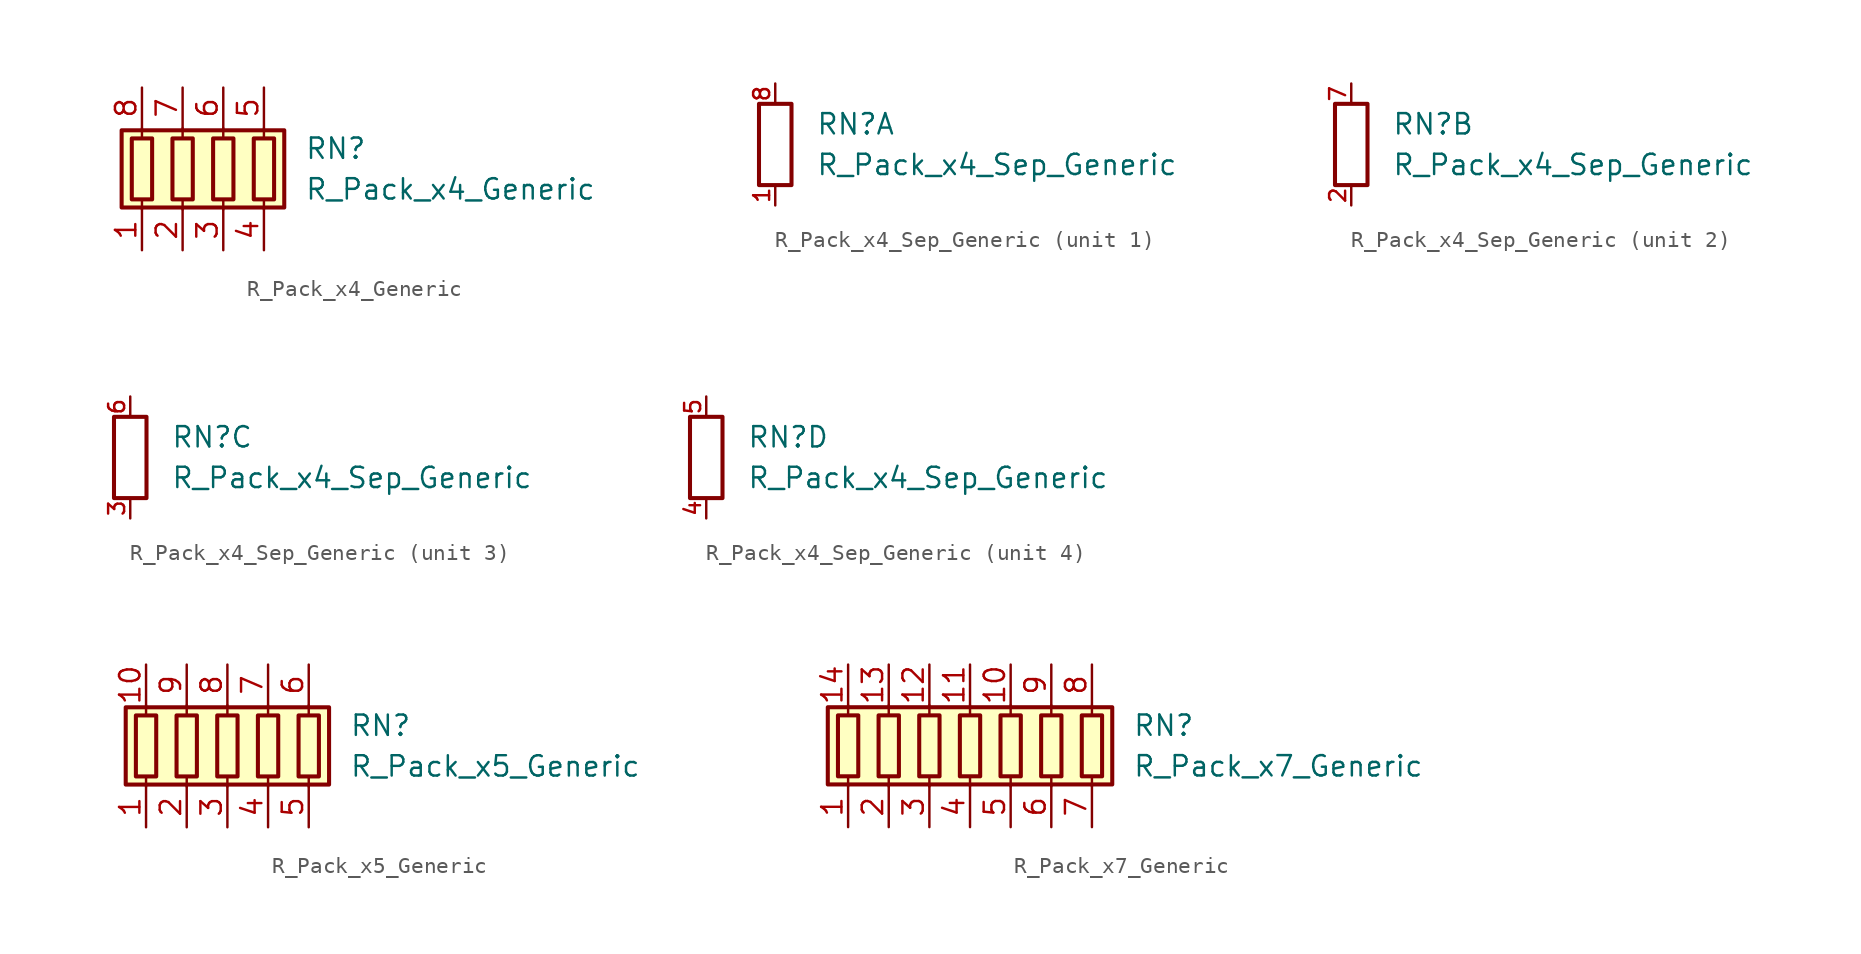
<source format=kicad_sym>
(kicad_symbol_lib
  (version 20211014)
  (generator kicad_symbol_editor)
  (symbol "R_Pack_x4_Generic"
    (pin_names
      (offset 0.002) hide)
    (property "Reference" "RN"
      (at 5.08 1.27 0)
      (effects (font (size 1.27 1.27)) (justify left)))
    (property "Value" "R_Pack_x4_Generic"
      (at 5.08 -1.27 0)
      (effects (font (size 1.27 1.27)) (justify left)))
    (symbol "R_Pack_x4_Generic_0_1"
      (rectangle (start -6.35 -2.413) (end 3.81 2.413) (stroke (width 0.254) (type default) (color 0 0 0 0)) (fill (type background)))
      (rectangle (start -5.715 1.905) (end -4.445 -1.905) (stroke (width 0.254) (type default) (color 0 0 0 0)) (fill (type none)))
      (rectangle (start -3.175 1.905) (end -1.905 -1.905) (stroke (width 0.254) (type default) (color 0 0 0 0)) (fill (type none)))
      (rectangle (start -0.635 1.905) (end 0.635 -1.905) (stroke (width 0.254) (type default) (color 0 0 0 0)) (fill (type none)))
      (polyline (pts (xy -5.08 -2.54) (xy -5.08 -1.905)) (stroke (width 0) (type default) (color 0 0 0 0)) (fill (type none)))
      (polyline (pts (xy -5.08 1.905) (xy -5.08 2.54)) (stroke (width 0) (type default) (color 0 0 0 0)) (fill (type none)))
      (polyline (pts (xy -2.54 -2.54) (xy -2.54 -1.905)) (stroke (width 0) (type default) (color 0 0 0 0)) (fill (type none)))
      (polyline (pts (xy -2.54 1.905) (xy -2.54 2.54)) (stroke (width 0) (type default) (color 0 0 0 0)) (fill (type none)))
      (polyline (pts (xy 0 -2.54) (xy 0 -1.905)) (stroke (width 0) (type default) (color 0 0 0 0)) (fill (type none)))
      (polyline (pts (xy 0 1.905) (xy 0 2.54)) (stroke (width 0) (type default) (color 0 0 0 0)) (fill (type none)))
      (polyline (pts (xy 2.54 -2.54) (xy 2.54 -1.905)) (stroke (width 0) (type default) (color 0 0 0 0)) (fill (type none)))
      (polyline (pts (xy 2.54 1.905) (xy 2.54 2.54)) (stroke (width 0) (type default) (color 0 0 0 0)) (fill (type none)))
      (rectangle (start 1.905 1.905) (end 3.175 -1.905) (stroke (width 0.254) (type default) (color 0 0 0 0)) (fill (type none))))
    (symbol "R_Pack_x4_Generic_1_1"
      (pin passive line (at -5.08 -5.08 90) (length 2.54) (name "R1.1" (effects (font (size 1.27 1.27)))) (number "1" (effects (font (size 1.27 1.27)))))
      (pin passive line (at -2.54 -5.08 90) (length 2.54) (name "R2.1" (effects (font (size 1.27 1.27)))) (number "2" (effects (font (size 1.27 1.27)))))
      (pin passive line (at 0 -5.08 90) (length 2.54) (name "R3.1" (effects (font (size 1.27 1.27)))) (number "3" (effects (font (size 1.27 1.27)))))
      (pin passive line (at 2.54 -5.08 90) (length 2.54) (name "R4.1" (effects (font (size 1.27 1.27)))) (number "4" (effects (font (size 1.27 1.27)))))
      (pin passive line (at 2.54 5.08 270) (length 2.54) (name "R4.2" (effects (font (size 1.27 1.27)))) (number "5" (effects (font (size 1.27 1.27)))))
      (pin passive line (at 0 5.08 270) (length 2.54) (name "R3.2" (effects (font (size 1.27 1.27)))) (number "6" (effects (font (size 1.27 1.27)))))
      (pin passive line (at -2.54 5.08 270) (length 2.54) (name "R2.2" (effects (font (size 1.27 1.27)))) (number "7" (effects (font (size 1.27 1.27)))))
      (pin passive line (at -5.08 5.08 270) (length 2.54) (name "R1.2" (effects (font (size 1.27 1.27)))) (number "8" (effects (font (size 1.27 1.27)))))))
  (symbol "R_Pack_x4_Sep_Generic"
    (pin_names
      (offset 0.002) hide)
    (property "Reference" "RN"
      (at 2.54 1.27 0)
      (effects (font (size 1.27 1.27)) (justify left)))
    (property "Value" "R_Pack_x4_Sep_Generic"
      (at 2.54 -1.27 0)
      (effects (font (size 1.27 1.27)) (justify left)))
    (symbol "R_Pack_x4_Sep_Generic_0_1"
      (rectangle (start 1.016 2.54) (end -1.016 -2.54) (stroke (width 0.254) (type default) (color 0 0 0 0)) (fill (type none))))
    (symbol "R_Pack_x4_Sep_Generic_1_1"
      (pin passive line (at 0 -3.81 90) (length 1.27) (name "R1.1" (effects (font (size 1.27 1.27)))) (number "1" (effects (font (size 1 1)))))
      (pin passive line (at 0 3.81 270) (length 1.27) (name "R1.2" (effects (font (size 1.27 1.27)))) (number "8" (effects (font (size 1 1))))))
    (symbol "R_Pack_x4_Sep_Generic_2_1"
      (pin passive line (at 0 -3.81 90) (length 1.27) (name "R2.1" (effects (font (size 1.27 1.27)))) (number "2" (effects (font (size 1 1)))))
      (pin passive line (at 0 3.81 270) (length 1.27) (name "R2.2" (effects (font (size 1.27 1.27)))) (number "7" (effects (font (size 1 1))))))
    (symbol "R_Pack_x4_Sep_Generic_3_1"
      (pin passive line (at 0 -3.81 90) (length 1.27) (name "R3.1" (effects (font (size 1.27 1.27)))) (number "3" (effects (font (size 1 1)))))
      (pin passive line (at 0 3.81 270) (length 1.27) (name "R3.2" (effects (font (size 1.27 1.27)))) (number "6" (effects (font (size 1 1))))))
    (symbol "R_Pack_x4_Sep_Generic_4_1"
      (pin passive line (at 0 -3.81 90) (length 1.27) (name "R4.1" (effects (font (size 1.27 1.27)))) (number "4" (effects (font (size 1 1)))))
      (pin passive line (at 0 3.81 270) (length 1.27) (name "R4.2" (effects (font (size 1.27 1.27)))) (number "5" (effects (font (size 1 1)))))))
  (symbol "R_Pack_x5_Generic"
    (pin_names
      (offset 0.002) hide)
    (property "Reference" "RN"
      (at 7.62 1.27 0)
      (effects (font (size 1.27 1.27)) (justify left)))
    (property "Value" "R_Pack_x5_Generic"
      (at 7.62 -1.27 0)
      (effects (font (size 1.27 1.27)) (justify left)))
    (symbol "R_Pack_x5_Generic_0_1"
      (rectangle (start -6.35 -2.413) (end 6.35 2.413) (stroke (width 0.254) (type default) (color 0 0 0 0)) (fill (type background)))
      (rectangle (start -5.715 1.905) (end -4.445 -1.905) (stroke (width 0.254) (type default) (color 0 0 0 0)) (fill (type none)))
      (rectangle (start -3.175 1.905) (end -1.905 -1.905) (stroke (width 0.254) (type default) (color 0 0 0 0)) (fill (type none)))
      (rectangle (start -0.635 1.905) (end 0.635 -1.905) (stroke (width 0.254) (type default) (color 0 0 0 0)) (fill (type none)))
      (polyline (pts (xy -5.08 -2.54) (xy -5.08 -1.905)) (stroke (width 0) (type default) (color 0 0 0 0)) (fill (type none)))
      (polyline (pts (xy -5.08 1.905) (xy -5.08 2.54)) (stroke (width 0) (type default) (color 0 0 0 0)) (fill (type none)))
      (polyline (pts (xy -2.54 -2.54) (xy -2.54 -1.905)) (stroke (width 0) (type default) (color 0 0 0 0)) (fill (type none)))
      (polyline (pts (xy -2.54 1.905) (xy -2.54 2.54)) (stroke (width 0) (type default) (color 0 0 0 0)) (fill (type none)))
      (polyline (pts (xy 0 -2.54) (xy 0 -1.905)) (stroke (width 0) (type default) (color 0 0 0 0)) (fill (type none)))
      (polyline (pts (xy 0 1.905) (xy 0 2.54)) (stroke (width 0) (type default) (color 0 0 0 0)) (fill (type none)))
      (polyline (pts (xy 2.54 -2.54) (xy 2.54 -1.905)) (stroke (width 0) (type default) (color 0 0 0 0)) (fill (type none)))
      (polyline (pts (xy 2.54 1.905) (xy 2.54 2.54)) (stroke (width 0) (type default) (color 0 0 0 0)) (fill (type none)))
      (polyline (pts (xy 5.08 -2.54) (xy 5.08 -1.905)) (stroke (width 0) (type default) (color 0 0 0 0)) (fill (type none)))
      (polyline (pts (xy 5.08 1.905) (xy 5.08 2.54)) (stroke (width 0) (type default) (color 0 0 0 0)) (fill (type none)))
      (rectangle (start 1.905 1.905) (end 3.175 -1.905) (stroke (width 0.254) (type default) (color 0 0 0 0)) (fill (type none)))
      (rectangle (start 4.445 1.905) (end 5.715 -1.905) (stroke (width 0.254) (type default) (color 0 0 0 0)) (fill (type none))))
    (symbol "R_Pack_x5_Generic_1_1"
      (pin passive line (at -5.08 -5.08 90) (length 2.54) (name "R1.1" (effects (font (size 1.27 1.27)))) (number "1" (effects (font (size 1.27 1.27)))))
      (pin passive line (at -5.08 5.08 270) (length 2.54) (name "R1.2" (effects (font (size 1.27 1.27)))) (number "10" (effects (font (size 1.27 1.27)))))
      (pin passive line (at -2.54 -5.08 90) (length 2.54) (name "R2.1" (effects (font (size 1.27 1.27)))) (number "2" (effects (font (size 1.27 1.27)))))
      (pin passive line (at 0 -5.08 90) (length 2.54) (name "R3.1" (effects (font (size 1.27 1.27)))) (number "3" (effects (font (size 1.27 1.27)))))
      (pin passive line (at 2.54 -5.08 90) (length 2.54) (name "R4.1" (effects (font (size 1.27 1.27)))) (number "4" (effects (font (size 1.27 1.27)))))
      (pin passive line (at 5.08 -5.08 90) (length 2.54) (name "R5.1" (effects (font (size 1.27 1.27)))) (number "5" (effects (font (size 1.27 1.27)))))
      (pin passive line (at 5.08 5.08 270) (length 2.54) (name "R5.2" (effects (font (size 1.27 1.27)))) (number "6" (effects (font (size 1.27 1.27)))))
      (pin passive line (at 2.54 5.08 270) (length 2.54) (name "R4.2" (effects (font (size 1.27 1.27)))) (number "7" (effects (font (size 1.27 1.27)))))
      (pin passive line (at 0 5.08 270) (length 2.54) (name "R3.2" (effects (font (size 1.27 1.27)))) (number "8" (effects (font (size 1.27 1.27)))))
      (pin passive line (at -2.54 5.08 270) (length 2.54) (name "R2.2" (effects (font (size 1.27 1.27)))) (number "9" (effects (font (size 1.27 1.27)))))))
  (symbol "R_Pack_x7_Generic"
    (pin_names
      (offset 0.002) hide)
    (property "Reference" "RN"
      (at 10.16 1.27 0)
      (effects (font (size 1.27 1.27)) (justify left)))
    (property "Value" "R_Pack_x7_Generic"
      (at 10.16 -1.27 0)
      (effects (font (size 1.27 1.27)) (justify left)))
    (symbol "R_Pack_x7_Generic_0_1"
      (rectangle (start -8.89 -2.413) (end 8.89 2.413) (stroke (width 0.254) (type default) (color 0 0 0 0)) (fill (type background)))
      (rectangle (start -8.255 1.905) (end -6.985 -1.905) (stroke (width 0.254) (type default) (color 0 0 0 0)) (fill (type none)))
      (rectangle (start -5.715 1.905) (end -4.445 -1.905) (stroke (width 0.254) (type default) (color 0 0 0 0)) (fill (type none)))
      (rectangle (start -3.175 1.905) (end -1.905 -1.905) (stroke (width 0.254) (type default) (color 0 0 0 0)) (fill (type none)))
      (rectangle (start -0.635 1.905) (end 0.635 -1.905) (stroke (width 0.254) (type default) (color 0 0 0 0)) (fill (type none)))
      (polyline (pts (xy -7.62 -2.54) (xy -7.62 -1.905)) (stroke (width 0) (type default) (color 0 0 0 0)) (fill (type none)))
      (polyline (pts (xy -7.62 1.905) (xy -7.62 2.54)) (stroke (width 0) (type default) (color 0 0 0 0)) (fill (type none)))
      (polyline (pts (xy -5.08 -2.54) (xy -5.08 -1.905)) (stroke (width 0) (type default) (color 0 0 0 0)) (fill (type none)))
      (polyline (pts (xy -5.08 1.905) (xy -5.08 2.54)) (stroke (width 0) (type default) (color 0 0 0 0)) (fill (type none)))
      (polyline (pts (xy -2.54 -2.54) (xy -2.54 -1.905)) (stroke (width 0) (type default) (color 0 0 0 0)) (fill (type none)))
      (polyline (pts (xy -2.54 1.905) (xy -2.54 2.54)) (stroke (width 0) (type default) (color 0 0 0 0)) (fill (type none)))
      (polyline (pts (xy 0 -2.54) (xy 0 -1.905)) (stroke (width 0) (type default) (color 0 0 0 0)) (fill (type none)))
      (polyline (pts (xy 0 1.905) (xy 0 2.54)) (stroke (width 0) (type default) (color 0 0 0 0)) (fill (type none)))
      (polyline (pts (xy 2.54 -2.54) (xy 2.54 -1.905)) (stroke (width 0) (type default) (color 0 0 0 0)) (fill (type none)))
      (polyline (pts (xy 2.54 1.905) (xy 2.54 2.54)) (stroke (width 0) (type default) (color 0 0 0 0)) (fill (type none)))
      (polyline (pts (xy 5.08 -2.54) (xy 5.08 -1.905)) (stroke (width 0) (type default) (color 0 0 0 0)) (fill (type none)))
      (polyline (pts (xy 5.08 1.905) (xy 5.08 2.54)) (stroke (width 0) (type default) (color 0 0 0 0)) (fill (type none)))
      (polyline (pts (xy 7.62 -2.54) (xy 7.62 -1.905)) (stroke (width 0) (type default) (color 0 0 0 0)) (fill (type none)))
      (polyline (pts (xy 7.62 1.905) (xy 7.62 2.54)) (stroke (width 0) (type default) (color 0 0 0 0)) (fill (type none)))
      (rectangle (start 1.905 1.905) (end 3.175 -1.905) (stroke (width 0.254) (type default) (color 0 0 0 0)) (fill (type none)))
      (rectangle (start 4.445 1.905) (end 5.715 -1.905) (stroke (width 0.254) (type default) (color 0 0 0 0)) (fill (type none)))
      (rectangle (start 6.985 1.905) (end 8.255 -1.905) (stroke (width 0.254) (type default) (color 0 0 0 0)) (fill (type none))))
    (symbol "R_Pack_x7_Generic_1_1"
      (pin passive line (at -7.62 -5.08 90) (length 2.54) (name "R1.1" (effects (font (size 1.27 1.27)))) (number "1" (effects (font (size 1.27 1.27)))))
      (pin passive line (at 2.54 5.08 270) (length 2.54) (name "R5.2" (effects (font (size 1.27 1.27)))) (number "10" (effects (font (size 1.27 1.27)))))
      (pin passive line (at 0 5.08 270) (length 2.54) (name "R4.2" (effects (font (size 1.27 1.27)))) (number "11" (effects (font (size 1.27 1.27)))))
      (pin passive line (at -2.54 5.08 270) (length 2.54) (name "R3.2" (effects (font (size 1.27 1.27)))) (number "12" (effects (font (size 1.27 1.27)))))
      (pin passive line (at -5.08 5.08 270) (length 2.54) (name "R2.2" (effects (font (size 1.27 1.27)))) (number "13" (effects (font (size 1.27 1.27)))))
      (pin passive line (at -7.62 5.08 270) (length 2.54) (name "R1.2" (effects (font (size 1.27 1.27)))) (number "14" (effects (font (size 1.27 1.27)))))
      (pin passive line (at -5.08 -5.08 90) (length 2.54) (name "R2.1" (effects (font (size 1.27 1.27)))) (number "2" (effects (font (size 1.27 1.27)))))
      (pin passive line (at -2.54 -5.08 90) (length 2.54) (name "R3.1" (effects (font (size 1.27 1.27)))) (number "3" (effects (font (size 1.27 1.27)))))
      (pin passive line (at 0 -5.08 90) (length 2.54) (name "R4.1" (effects (font (size 1.27 1.27)))) (number "4" (effects (font (size 1.27 1.27)))))
      (pin passive line (at 2.54 -5.08 90) (length 2.54) (name "R5.1" (effects (font (size 1.27 1.27)))) (number "5" (effects (font (size 1.27 1.27)))))
      (pin passive line (at 5.08 -5.08 90) (length 2.54) (name "R6.1" (effects (font (size 1.27 1.27)))) (number "6" (effects (font (size 1.27 1.27)))))
      (pin passive line (at 7.62 -5.08 90) (length 2.54) (name "R7.1" (effects (font (size 1.27 1.27)))) (number "7" (effects (font (size 1.27 1.27)))))
      (pin passive line (at 7.62 5.08 270) (length 2.54) (name "R7.2" (effects (font (size 1.27 1.27)))) (number "8" (effects (font (size 1.27 1.27)))))
      (pin passive line (at 5.08 5.08 270) (length 2.54) (name "R6.2" (effects (font (size 1.27 1.27)))) (number "9" (effects (font (size 1.27 1.27))))))))
</source>
